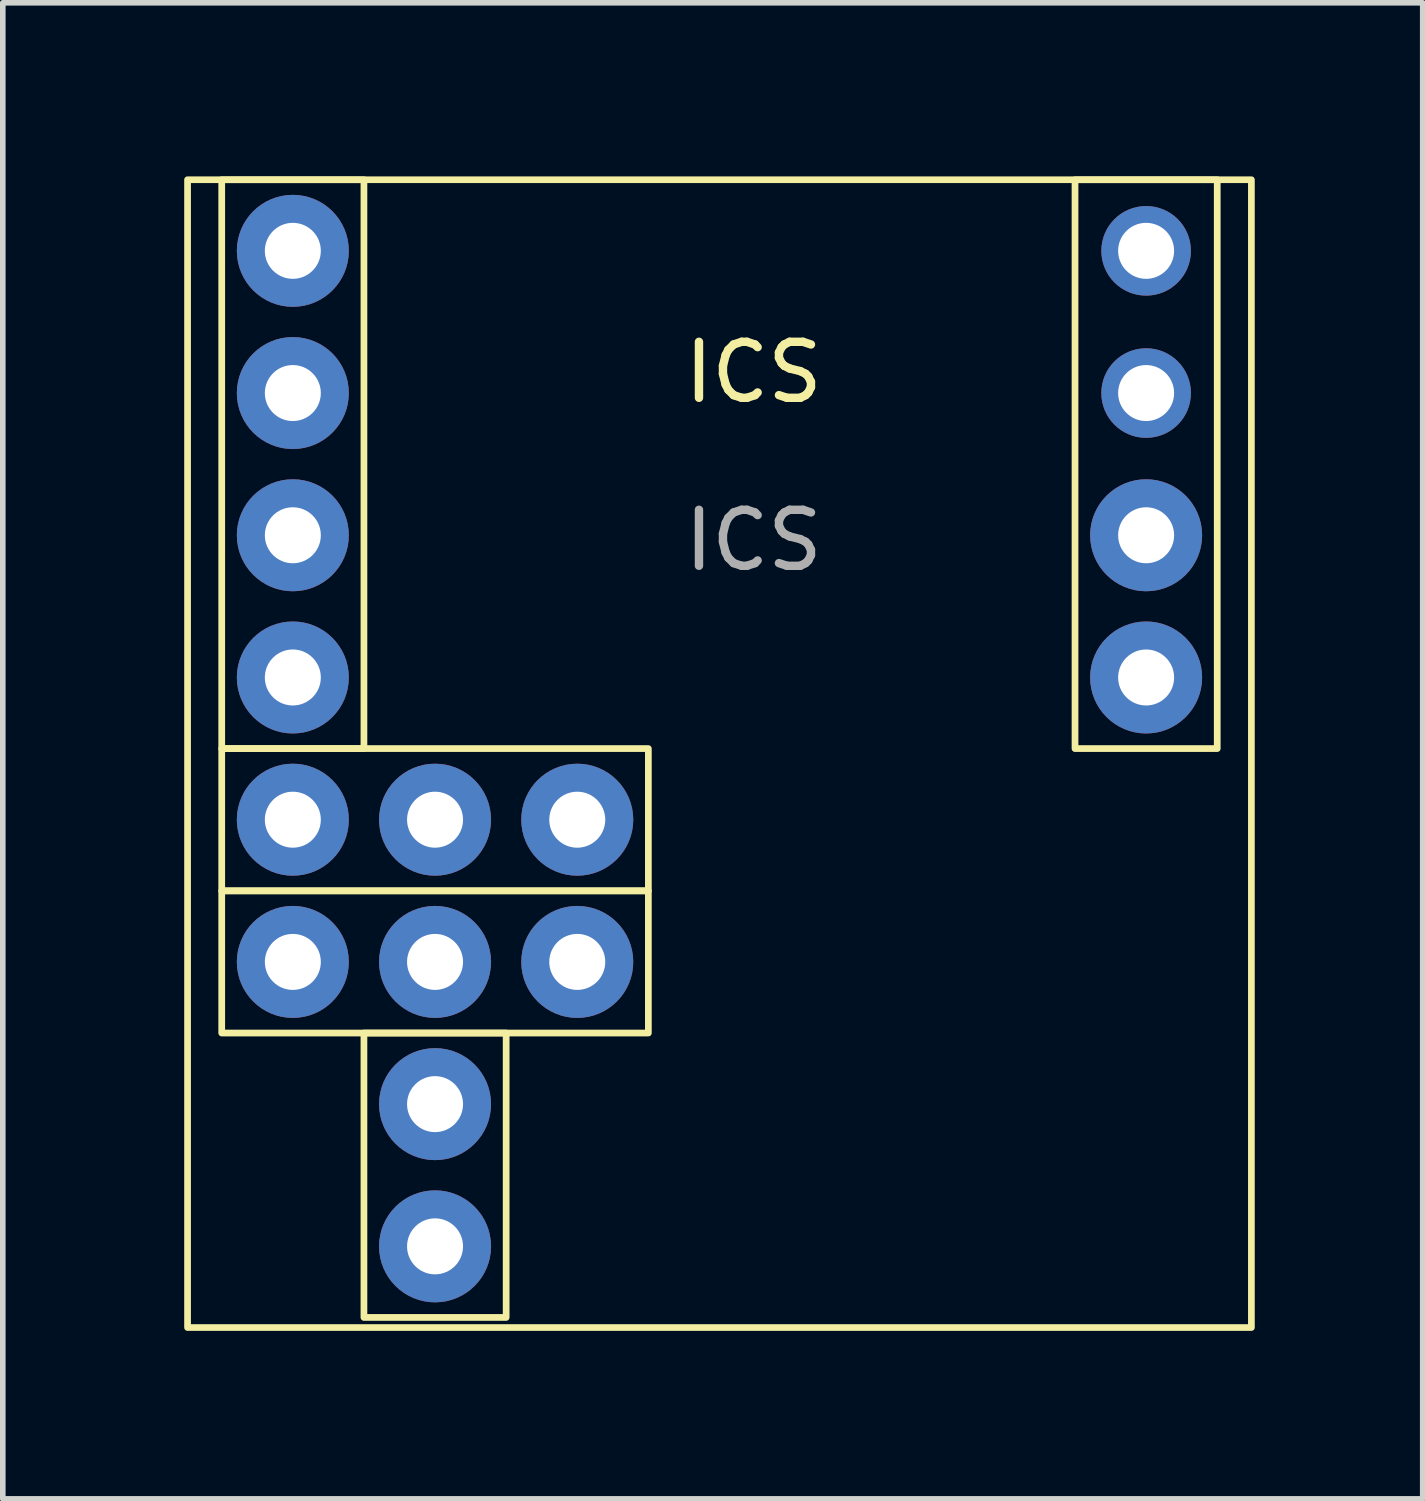
<source format=kicad_pcb>
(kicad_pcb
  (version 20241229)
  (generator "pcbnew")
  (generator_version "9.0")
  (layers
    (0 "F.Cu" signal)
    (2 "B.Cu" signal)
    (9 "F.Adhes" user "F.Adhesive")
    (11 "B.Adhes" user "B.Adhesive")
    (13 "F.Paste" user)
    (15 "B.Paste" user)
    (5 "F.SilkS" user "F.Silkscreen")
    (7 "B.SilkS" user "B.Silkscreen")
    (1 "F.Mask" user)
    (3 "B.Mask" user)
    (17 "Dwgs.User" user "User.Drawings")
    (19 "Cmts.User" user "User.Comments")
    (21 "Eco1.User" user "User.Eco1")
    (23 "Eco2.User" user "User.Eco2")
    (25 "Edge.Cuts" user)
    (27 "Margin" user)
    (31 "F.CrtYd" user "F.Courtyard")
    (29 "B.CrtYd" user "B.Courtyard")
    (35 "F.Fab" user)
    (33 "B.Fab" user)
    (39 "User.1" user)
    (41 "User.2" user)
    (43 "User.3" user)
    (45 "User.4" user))
  (footprint "ICS"
    (layer "F.Cu")
    (at 0.25 0.25)
    (property "Reference" "ICS" (at 10.16 3.35 0) (unlocked yes) (layer "F.SilkS") (effects (font (size 1 1) (thickness 0.15))))
    (attr through_hole)
    (fp_rect (start 0.05 -0.09) (end 19.05 20.41) (stroke (width 0.12) (type solid)) (fill no) (layer "F.SilkS"))
    (fp_rect (start 0.66 -0.09) (end 3.2 10.07) (stroke (width 0.12) (type solid)) (fill no) (layer "F.SilkS"))
    (fp_rect (start 0.66 12.61) (end 8.28 10.07) (stroke (width 0.12) (type solid)) (fill no) (layer "F.SilkS"))
    (fp_rect (start 0.66 15.15) (end 8.28 12.61) (stroke (width 0.12) (type solid)) (fill no) (layer "F.SilkS"))
    (fp_rect (start 5.74 20.23) (end 3.2 15.15) (stroke (width 0.12) (type solid)) (fill no) (layer "F.SilkS"))
    (fp_rect (start 15.9 -0.09) (end 18.44 10.07) (stroke (width 0.12) (type solid)) (fill no) (layer "F.SilkS"))
    (fp_text user "${REFERENCE}" (at 10.16 6.35 0) (unlocked yes) (layer "F.Fab") (effects (font (size 1 1) (thickness 0.15))))
    (pad "1" thru_hole circle (at 1.93 1.18) (size 2 2) (drill 1) (layers "*.Cu" "*.Mask"))
    (pad "2" thru_hole circle (at 1.93 3.72) (size 2 2) (drill 1) (layers "*.Cu" "*.Mask"))
    (pad "3" thru_hole circle (at 1.93 6.26) (size 2 2) (drill 1) (layers "*.Cu" "*.Mask"))
    (pad "4" thru_hole circle (at 1.93 8.8) (size 2 2) (drill 1) (layers "*.Cu" "*.Mask"))
    (pad "5" thru_hole circle (at 17.17 8.8) (size 2 2) (drill 1) (layers "*.Cu" "*.Mask"))
    (pad "6" thru_hole circle (at 17.17 6.26) (size 2 2) (drill 1) (layers "*.Cu" "*.Mask"))
    (pad "7" thru_hole circle (at 17.17 3.72) (size 1.6 1.6) (drill 1) (layers "*.Cu" "*.Mask"))
    (pad "8" thru_hole circle (at 17.17 1.18) (size 1.6 1.6) (drill 1) (layers "*.Cu" "*.Mask"))
    (pad "9" thru_hole circle (at 1.93 11.34) (size 2 2) (drill 1) (layers "*.Cu" "*.Mask"))
    (pad "10" thru_hole circle (at 4.47 11.34) (size 2 2) (drill 1) (layers "*.Cu" "*.Mask"))
    (pad "11" thru_hole circle (at 7.01 11.34) (size 2 2) (drill 1) (layers "*.Cu" "*.Mask"))
    (pad "12" thru_hole circle (at 1.93 13.88) (size 2 2) (drill 1) (layers "*.Cu" "*.Mask"))
    (pad "13" thru_hole circle (at 4.47 13.88) (size 2 2) (drill 1) (layers "*.Cu" "*.Mask"))
    (pad "14" thru_hole circle (at 7.01 13.88) (size 2 2) (drill 1) (layers "*.Cu" "*.Mask"))
    (pad "15" thru_hole circle (at 4.47 16.42) (size 2 2) (drill 1) (layers "*.Cu" "*.Mask"))
    (pad "16" thru_hole circle (at 4.47 18.96) (size 2 2) (drill 1) (layers "*.Cu" "*.Mask")))
  (gr_rect
    (start -3 -3)
    (end 22.36 23.72)
    (stroke (width 0.1) (type default))
    (fill no)
    (layer "Edge.Cuts")))
</source>
